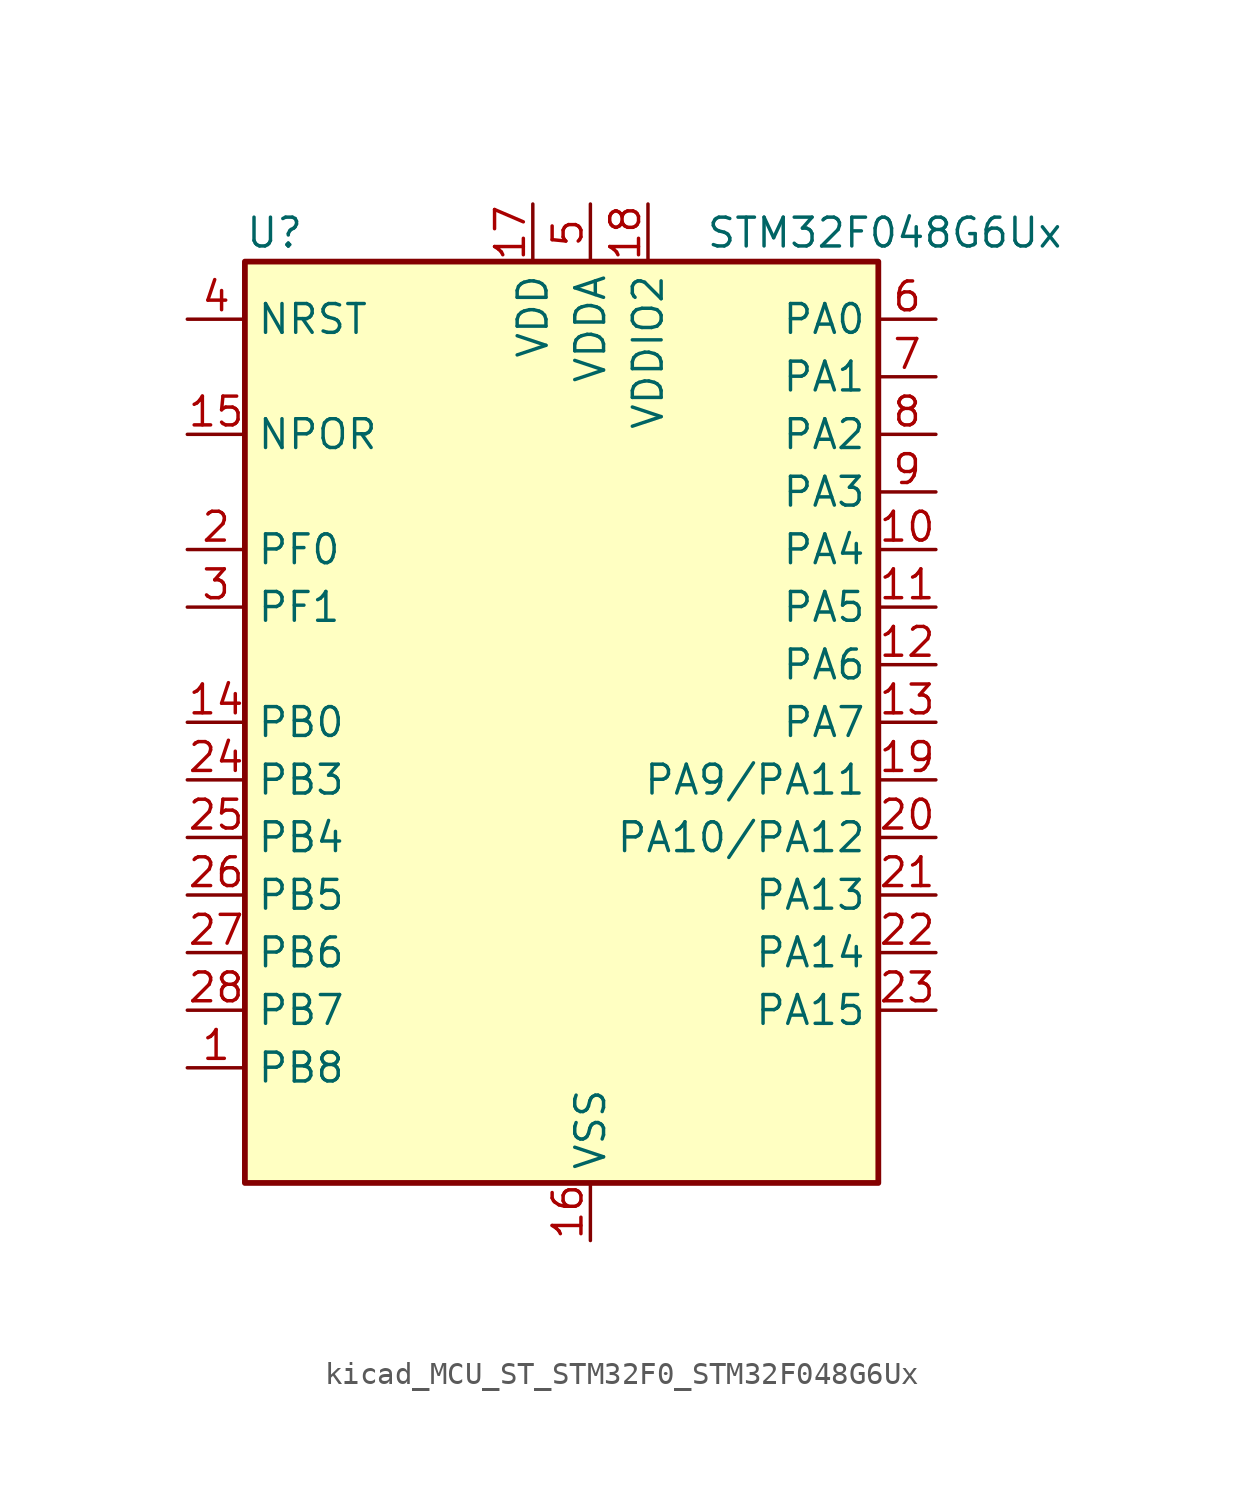
<source format=kicad_sym>
(kicad_symbol_lib
  (version 20220914)
  (generator kicad_symbol_editor)
  (symbol "kicad_MCU_ST_STM32F0_STM32F048G6Ux"
    (property "Reference" "U"
      (at -12.7 21.59 0)
      (effects (font (size 1.27 1.27)) (justify left)))
    (property "Value" "STM32F048G6Ux"
      (at 7.62 21.59 0)
      (effects (font (size 1.27 1.27)) (justify left)))
    (property "ki_locked" ""
      (at 0 0 0)
      (effects (font (size 1.27 1.27))))
    (symbol "kicad_MCU_ST_STM32F0_STM32F048G6Ux_0_1"
      (rectangle (start -12.7 -20.32) (end 15.24 20.32) (stroke (width 0.254) (type default)) (fill (type background))))
    (symbol "kicad_MCU_ST_STM32F0_STM32F048G6Ux_1_1"
      (pin bidirectional line (at -15.24 -15.24 0) (length 2.54) (name "PB8" (effects (font (size 1.27 1.27)))) (number "1" (effects (font (size 1.27 1.27)))) (alternate "CEC" bidirectional line) (alternate "I2C1_SCL" bidirectional line) (alternate "TIM16_CH1" bidirectional line) (alternate "TSC_SYNC" bidirectional line))
      (pin bidirectional line (at 17.78 7.62 180) (length 2.54) (name "PA4" (effects (font (size 1.27 1.27)))) (number "10" (effects (font (size 1.27 1.27)))) (alternate "ADC_IN4" bidirectional line) (alternate "I2S1_WS" bidirectional line) (alternate "SPI1_NSS" bidirectional line) (alternate "TIM14_CH1" bidirectional line) (alternate "TSC_G2_IO1" bidirectional line) (alternate "USART2_CK" bidirectional line) (alternate "USB_NOE" bidirectional line))
      (pin bidirectional line (at 17.78 5.08 180) (length 2.54) (name "PA5" (effects (font (size 1.27 1.27)))) (number "11" (effects (font (size 1.27 1.27)))) (alternate "ADC_IN5" bidirectional line) (alternate "CEC" bidirectional line) (alternate "I2S1_CK" bidirectional line) (alternate "SPI1_SCK" bidirectional line) (alternate "TIM2_CH1" bidirectional line) (alternate "TIM2_ETR" bidirectional line) (alternate "TSC_G2_IO2" bidirectional line))
      (pin bidirectional line (at 17.78 2.54 180) (length 2.54) (name "PA6" (effects (font (size 1.27 1.27)))) (number "12" (effects (font (size 1.27 1.27)))) (alternate "ADC_IN6" bidirectional line) (alternate "I2S1_MCK" bidirectional line) (alternate "SPI1_MISO" bidirectional line) (alternate "TIM16_CH1" bidirectional line) (alternate "TIM1_BKIN" bidirectional line) (alternate "TIM3_CH1" bidirectional line) (alternate "TSC_G2_IO3" bidirectional line))
      (pin bidirectional line (at 17.78 0 180) (length 2.54) (name "PA7" (effects (font (size 1.27 1.27)))) (number "13" (effects (font (size 1.27 1.27)))) (alternate "ADC_IN7" bidirectional line) (alternate "I2S1_SD" bidirectional line) (alternate "SPI1_MOSI" bidirectional line) (alternate "TIM14_CH1" bidirectional line) (alternate "TIM17_CH1" bidirectional line) (alternate "TIM1_CH1N" bidirectional line) (alternate "TIM3_CH2" bidirectional line) (alternate "TSC_G2_IO4" bidirectional line))
      (pin bidirectional line (at -15.24 0 0) (length 2.54) (name "PB0" (effects (font (size 1.27 1.27)))) (number "14" (effects (font (size 1.27 1.27)))) (alternate "ADC_IN8" bidirectional line) (alternate "TIM1_CH2N" bidirectional line) (alternate "TIM3_CH3" bidirectional line))
      (pin input line (at -15.24 12.7 0) (length 2.54) (name "NPOR" (effects (font (size 1.27 1.27)))) (number "15" (effects (font (size 1.27 1.27)))))
      (pin power_in line (at 2.54 -22.86 90) (length 2.54) (name "VSS" (effects (font (size 1.27 1.27)))) (number "16" (effects (font (size 1.27 1.27)))))
      (pin power_in line (at 0 22.86 270) (length 2.54) (name "VDD" (effects (font (size 1.27 1.27)))) (number "17" (effects (font (size 1.27 1.27)))))
      (pin power_in line (at 5.08 22.86 270) (length 2.54) (name "VDDIO2" (effects (font (size 1.27 1.27)))) (number "18" (effects (font (size 1.27 1.27)))))
      (pin bidirectional line (at 17.78 -2.54 180) (length 2.54) (name "PA9/PA11" (effects (font (size 1.27 1.27)))) (number "19" (effects (font (size 1.27 1.27)))) (alternate "I2C1_SCL" bidirectional line) (alternate "TIM1_CH2" bidirectional line) (alternate "TSC_G4_IO1" bidirectional line) (alternate "USART1_TX" bidirectional line))
      (pin bidirectional line (at -15.24 7.62 0) (length 2.54) (name "PF0" (effects (font (size 1.27 1.27)))) (number "2" (effects (font (size 1.27 1.27)))) (alternate "CRS_SYNC" bidirectional line) (alternate "I2C1_SDA" bidirectional line) (alternate "RCC_OSC_IN" bidirectional line))
      (pin bidirectional line (at 17.78 -5.08 180) (length 2.54) (name "PA10/PA12" (effects (font (size 1.27 1.27)))) (number "20" (effects (font (size 1.27 1.27)))) (alternate "I2C1_SDA" bidirectional line) (alternate "TIM17_BKIN" bidirectional line) (alternate "TIM1_CH3" bidirectional line) (alternate "TSC_G4_IO2" bidirectional line) (alternate "USART1_RX" bidirectional line))
      (pin bidirectional line (at 17.78 -7.62 180) (length 2.54) (name "PA13" (effects (font (size 1.27 1.27)))) (number "21" (effects (font (size 1.27 1.27)))) (alternate "IR_OUT" bidirectional line) (alternate "SYS_SWDIO" bidirectional line) (alternate "USB_NOE" bidirectional line))
      (pin bidirectional line (at 17.78 -10.16 180) (length 2.54) (name "PA14" (effects (font (size 1.27 1.27)))) (number "22" (effects (font (size 1.27 1.27)))) (alternate "SYS_SWCLK" bidirectional line) (alternate "USART2_TX" bidirectional line))
      (pin bidirectional line (at 17.78 -12.7 180) (length 2.54) (name "PA15" (effects (font (size 1.27 1.27)))) (number "23" (effects (font (size 1.27 1.27)))) (alternate "I2S1_WS" bidirectional line) (alternate "SPI1_NSS" bidirectional line) (alternate "TIM2_CH1" bidirectional line) (alternate "TIM2_ETR" bidirectional line) (alternate "USART2_RX" bidirectional line) (alternate "USB_NOE" bidirectional line))
      (pin bidirectional line (at -15.24 -2.54 0) (length 2.54) (name "PB3" (effects (font (size 1.27 1.27)))) (number "24" (effects (font (size 1.27 1.27)))) (alternate "I2S1_CK" bidirectional line) (alternate "SPI1_SCK" bidirectional line) (alternate "TIM2_CH2" bidirectional line) (alternate "TSC_G5_IO1" bidirectional line))
      (pin bidirectional line (at -15.24 -5.08 0) (length 2.54) (name "PB4" (effects (font (size 1.27 1.27)))) (number "25" (effects (font (size 1.27 1.27)))) (alternate "I2S1_MCK" bidirectional line) (alternate "SPI1_MISO" bidirectional line) (alternate "TIM17_BKIN" bidirectional line) (alternate "TIM3_CH1" bidirectional line) (alternate "TSC_G5_IO2" bidirectional line))
      (pin bidirectional line (at -15.24 -7.62 0) (length 2.54) (name "PB5" (effects (font (size 1.27 1.27)))) (number "26" (effects (font (size 1.27 1.27)))) (alternate "I2C1_SMBA" bidirectional line) (alternate "I2S1_SD" bidirectional line) (alternate "SPI1_MOSI" bidirectional line) (alternate "SYS_WKUP6" bidirectional line) (alternate "TIM16_BKIN" bidirectional line) (alternate "TIM3_CH2" bidirectional line))
      (pin bidirectional line (at -15.24 -10.16 0) (length 2.54) (name "PB6" (effects (font (size 1.27 1.27)))) (number "27" (effects (font (size 1.27 1.27)))) (alternate "I2C1_SCL" bidirectional line) (alternate "TIM16_CH1N" bidirectional line) (alternate "TSC_G5_IO3" bidirectional line) (alternate "USART1_TX" bidirectional line))
      (pin bidirectional line (at -15.24 -12.7 0) (length 2.54) (name "PB7" (effects (font (size 1.27 1.27)))) (number "28" (effects (font (size 1.27 1.27)))) (alternate "I2C1_SDA" bidirectional line) (alternate "TIM17_CH1N" bidirectional line) (alternate "TSC_G5_IO4" bidirectional line) (alternate "USART1_RX" bidirectional line))
      (pin bidirectional line (at -15.24 5.08 0) (length 2.54) (name "PF1" (effects (font (size 1.27 1.27)))) (number "3" (effects (font (size 1.27 1.27)))) (alternate "I2C1_SCL" bidirectional line) (alternate "RCC_OSC_OUT" bidirectional line))
      (pin input line (at -15.24 17.78 0) (length 2.54) (name "NRST" (effects (font (size 1.27 1.27)))) (number "4" (effects (font (size 1.27 1.27)))))
      (pin power_in line (at 2.54 22.86 270) (length 2.54) (name "VDDA" (effects (font (size 1.27 1.27)))) (number "5" (effects (font (size 1.27 1.27)))))
      (pin bidirectional line (at 17.78 17.78 180) (length 2.54) (name "PA0" (effects (font (size 1.27 1.27)))) (number "6" (effects (font (size 1.27 1.27)))) (alternate "ADC_IN0" bidirectional line) (alternate "RTC_TAMP2" bidirectional line) (alternate "SYS_WKUP1" bidirectional line) (alternate "TIM2_CH1" bidirectional line) (alternate "TIM2_ETR" bidirectional line) (alternate "TSC_G1_IO1" bidirectional line) (alternate "USART2_CTS" bidirectional line))
      (pin bidirectional line (at 17.78 15.24 180) (length 2.54) (name "PA1" (effects (font (size 1.27 1.27)))) (number "7" (effects (font (size 1.27 1.27)))) (alternate "ADC_IN1" bidirectional line) (alternate "TIM2_CH2" bidirectional line) (alternate "TSC_G1_IO2" bidirectional line) (alternate "USART2_DE" bidirectional line) (alternate "USART2_RTS" bidirectional line))
      (pin bidirectional line (at 17.78 12.7 180) (length 2.54) (name "PA2" (effects (font (size 1.27 1.27)))) (number "8" (effects (font (size 1.27 1.27)))) (alternate "ADC_IN2" bidirectional line) (alternate "SYS_WKUP4" bidirectional line) (alternate "TIM2_CH3" bidirectional line) (alternate "TSC_G1_IO3" bidirectional line) (alternate "USART2_TX" bidirectional line))
      (pin bidirectional line (at 17.78 10.16 180) (length 2.54) (name "PA3" (effects (font (size 1.27 1.27)))) (number "9" (effects (font (size 1.27 1.27)))) (alternate "ADC_IN3" bidirectional line) (alternate "TIM2_CH4" bidirectional line) (alternate "TSC_G1_IO4" bidirectional line) (alternate "USART2_RX" bidirectional line)))))
</source>
